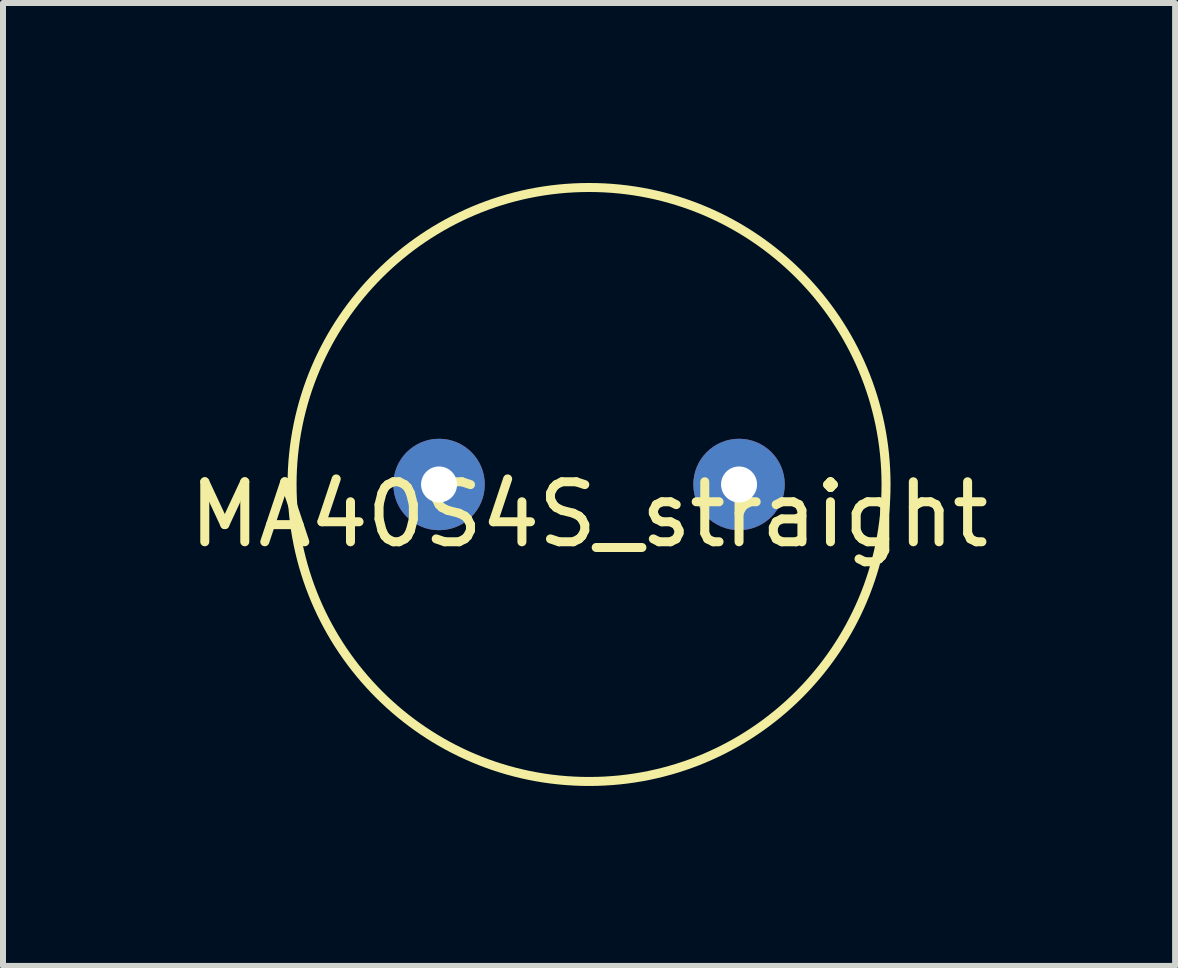
<source format=kicad_pcb>
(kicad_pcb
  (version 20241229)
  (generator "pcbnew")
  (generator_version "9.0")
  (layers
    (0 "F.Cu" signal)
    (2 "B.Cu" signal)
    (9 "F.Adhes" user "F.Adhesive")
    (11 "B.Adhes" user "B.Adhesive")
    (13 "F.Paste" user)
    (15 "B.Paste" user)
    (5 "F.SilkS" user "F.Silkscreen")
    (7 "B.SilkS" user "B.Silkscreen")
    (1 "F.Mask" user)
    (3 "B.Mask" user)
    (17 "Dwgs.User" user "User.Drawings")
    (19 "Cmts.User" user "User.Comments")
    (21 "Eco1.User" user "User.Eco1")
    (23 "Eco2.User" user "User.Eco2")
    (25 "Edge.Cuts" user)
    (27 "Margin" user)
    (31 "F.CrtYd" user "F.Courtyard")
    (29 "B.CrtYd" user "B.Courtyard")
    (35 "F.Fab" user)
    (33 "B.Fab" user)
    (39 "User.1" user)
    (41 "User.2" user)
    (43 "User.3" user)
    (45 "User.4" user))
  (footprint "MA40S4S_straight"
    (layer "F.Cu")
    (at 6.768 5.025)
    (property "Reference" "MA40S4S_straight" (at 0 0.5 0) (layer "F.SilkS") (effects (font (size 1 1) (thickness 0.15))))
    (attr through_hole)
    (fp_circle (center 0 0) (end 4.95 0) (stroke (width 0.15) (type solid)) (fill no) (layer "F.SilkS"))
    (pad "1" thru_hole circle (at -2.5 0) (size 1.524 1.524) (drill 0.6) (layers "*.Cu" "*.Mask"))
    (pad "2" thru_hole circle (at 2.5 0) (size 1.524 1.524) (drill 0.6) (layers "*.Cu" "*.Mask")))
  (gr_rect
    (start -3 -3)
    (end 16.536 13.05)
    (stroke (width 0.1) (type default))
    (fill no)
    (layer "Edge.Cuts")))
</source>
